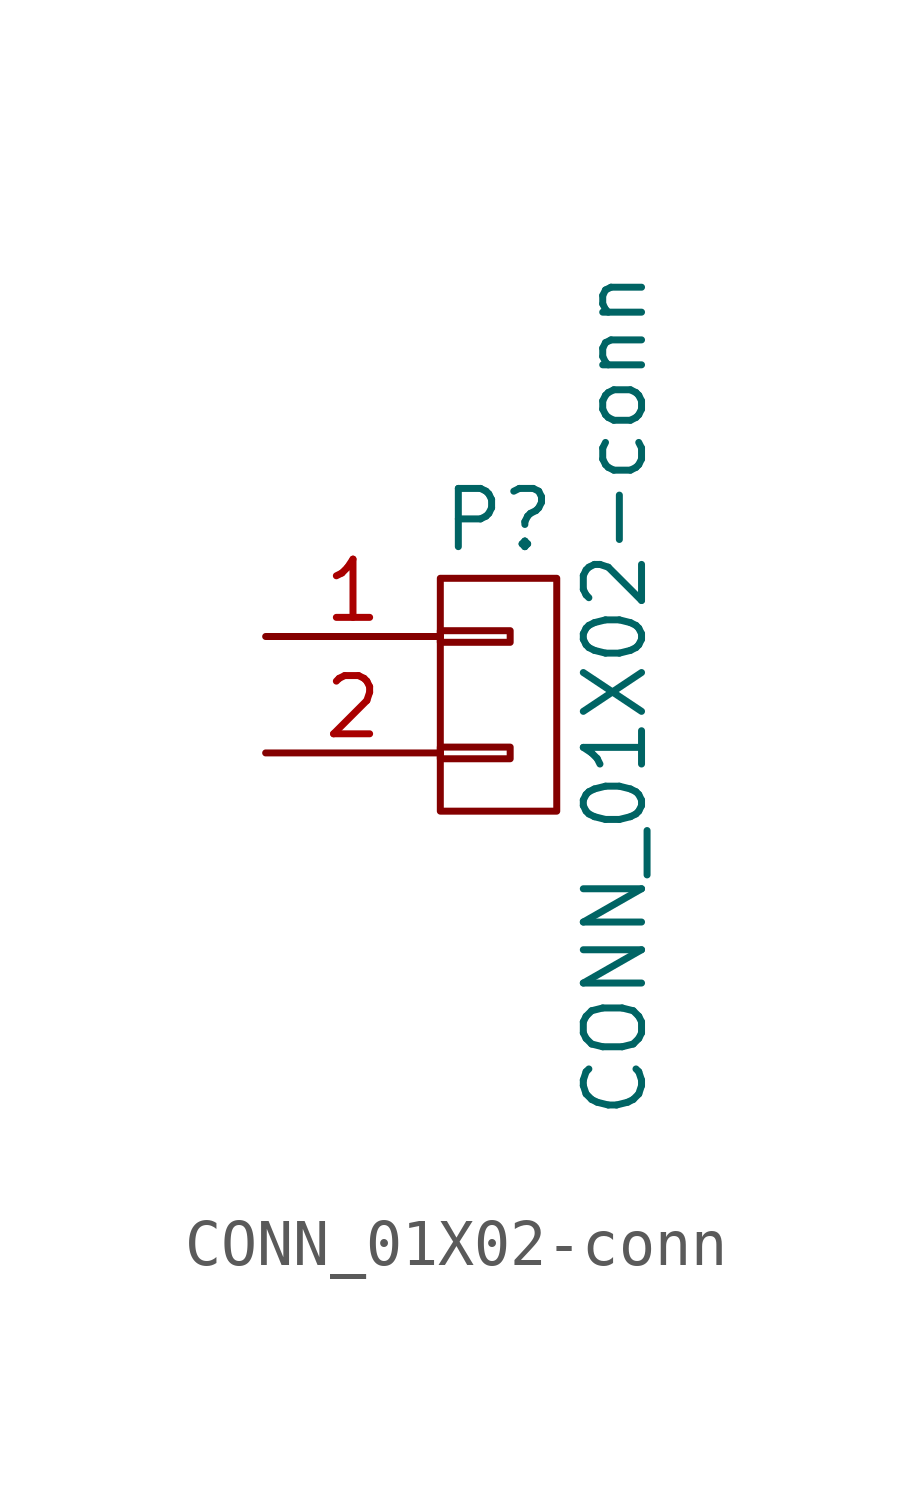
<source format=kicad_sym>
(kicad_symbol_lib
  (version 20220914)
  (generator kicad_symbol_editor)
  (symbol "CONN_01X02-conn"
    (pin_names
      (offset 1.016) hide)
    (property "Reference" "P"
      (at 0 3.81 0)
      (effects (font (size 1.27 1.27))))
    (property "Value" "CONN_01X02-conn"
      (at 2.54 0 90)
      (effects (font (size 1.27 1.27))))
    (property "Footprint" ""
      (at 0 0 0)
      (effects (font (size 1.27 1.27))))
    (property "Datasheet" ""
      (at 0 0 0)
      (effects (font (size 1.27 1.27))))
    (symbol "CONN_01X02-conn_0_1"
      (rectangle (start -1.27 -1.143) (end 0.254 -1.397) (stroke (width 0) (type solid)) (fill (type none)))
      (rectangle (start -1.27 1.397) (end 0.254 1.143) (stroke (width 0) (type solid)) (fill (type none)))
      (rectangle (start -1.27 2.54) (end 1.27 -2.54) (stroke (width 0) (type solid)) (fill (type none))))
    (symbol "CONN_01X02-conn_1_1"
      (pin passive line (at -5.08 1.27 0) (length 3.81) (name "P1" (effects (font (size 1.27 1.27)))) (number "1" (effects (font (size 1.27 1.27)))))
      (pin passive line (at -5.08 -1.27 0) (length 3.81) (name "P2" (effects (font (size 1.27 1.27)))) (number "2" (effects (font (size 1.27 1.27))))))))
</source>
